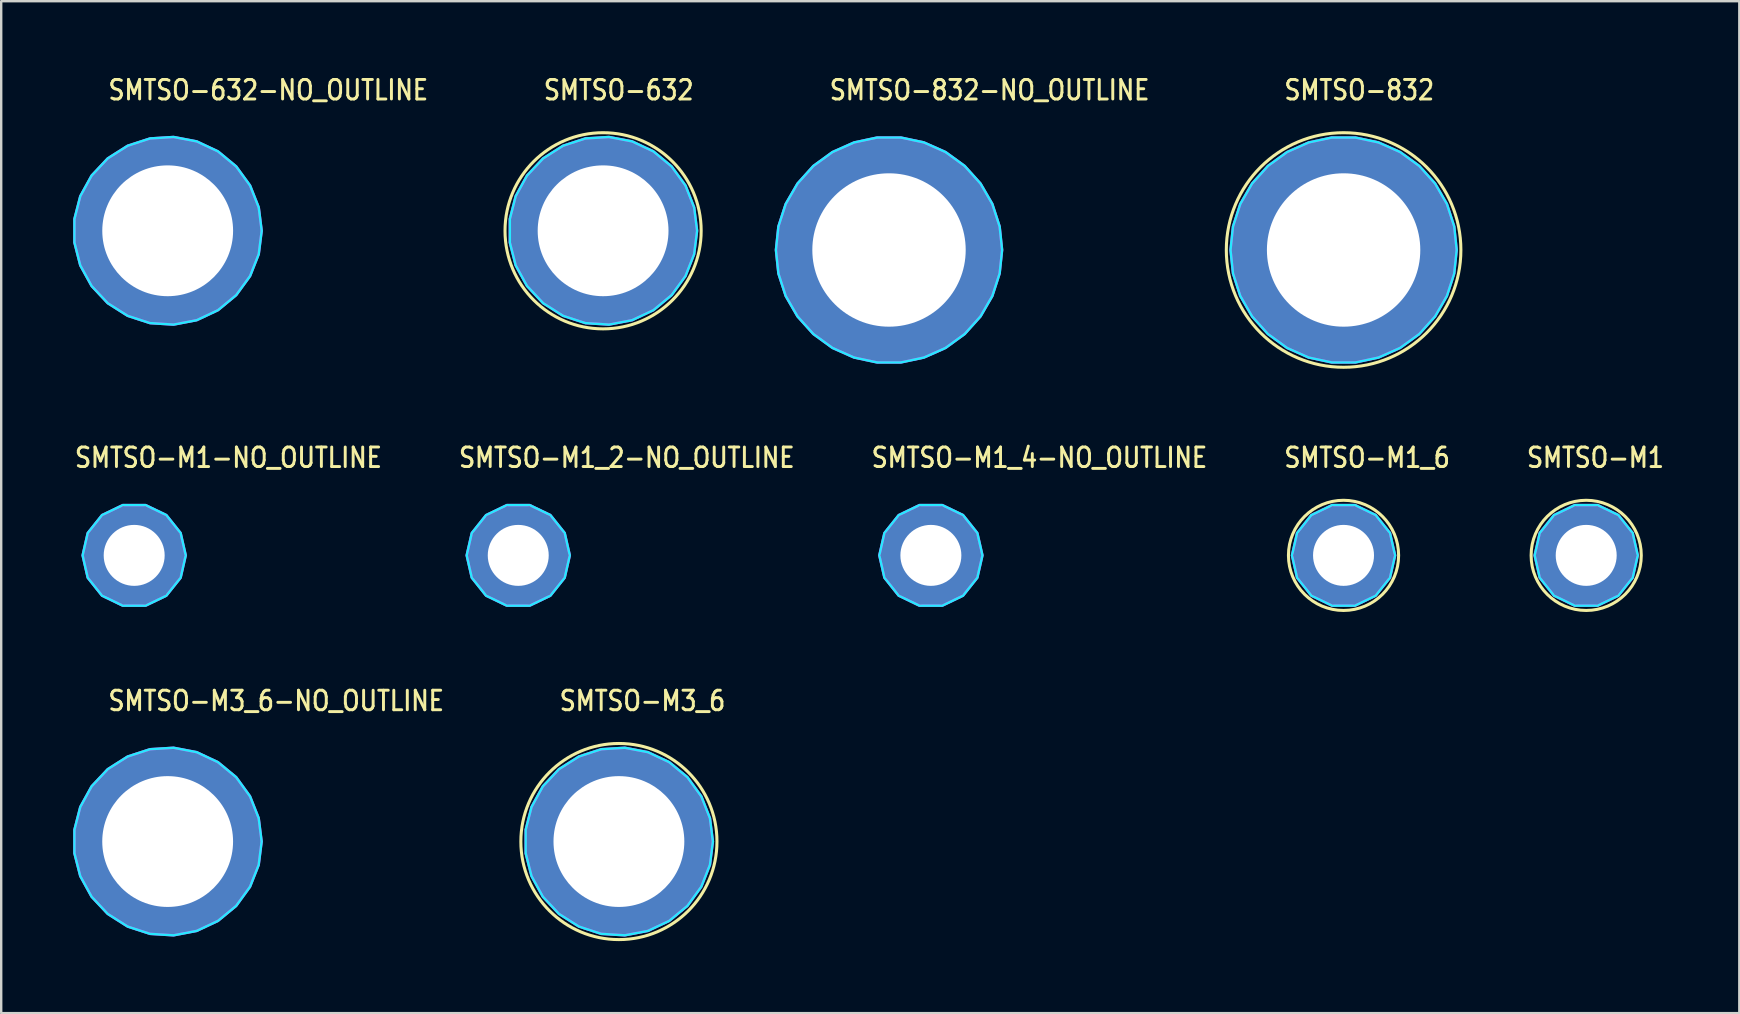
<source format=kicad_pcb>
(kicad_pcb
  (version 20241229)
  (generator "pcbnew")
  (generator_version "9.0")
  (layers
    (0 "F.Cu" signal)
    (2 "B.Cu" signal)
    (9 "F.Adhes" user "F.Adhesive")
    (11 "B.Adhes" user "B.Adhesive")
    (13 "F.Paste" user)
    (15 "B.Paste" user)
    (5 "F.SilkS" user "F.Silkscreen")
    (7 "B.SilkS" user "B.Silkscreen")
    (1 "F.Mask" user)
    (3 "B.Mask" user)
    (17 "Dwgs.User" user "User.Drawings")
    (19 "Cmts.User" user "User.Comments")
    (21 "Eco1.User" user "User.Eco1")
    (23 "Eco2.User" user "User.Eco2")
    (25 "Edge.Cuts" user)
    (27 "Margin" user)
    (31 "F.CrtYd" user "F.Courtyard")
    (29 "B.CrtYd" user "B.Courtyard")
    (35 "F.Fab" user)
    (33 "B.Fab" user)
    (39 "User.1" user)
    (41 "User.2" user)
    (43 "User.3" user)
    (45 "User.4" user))
  (footprint "SMTSO-M1"
    (layer "F.Cu")
    (at 63.034 20.088)
    (property "Reference" "SMTSO-M1" (at -2.54 -3.595 0) (unlocked yes) (layer "F.SilkS") (effects (font (size 0.813 0.695) (thickness 0.122)) (justify left bottom)))
    (fp_circle (center 0 0) (end 2.295 0) (stroke (width 0.127) (type solid)) (fill no) (layer "F.SilkS"))
    (fp_poly (pts (xy -1.946 -0.538) (xy 1.946 -0.538) (xy 1.234 -0.538) (xy -1.234 -0.538)) (stroke (width 0.076) (type solid)) (fill yes) (layer "F.Paste"))
    (fp_poly (pts (xy 1.946 0.538) (xy -1.946 0.538) (xy -1.234 0.538) (xy 1.234 0.538)) (stroke (width 0.076) (type solid)) (fill yes) (layer "F.Paste"))
    (fp_poly (pts (xy 2.149 0) (xy 1.936 -0.932) (xy 1.34 -1.68) (xy 0.478 -2.095) (xy -0.478 -2.095) (xy -1.34 -1.68) (xy -1.936 -0.932) (xy -2.149 0) (xy -1.936 0.932) (xy -1.34 1.68) (xy -0.478 2.095) (xy 0.478 2.095) (xy 1.34 1.68) (xy 1.936 0.932)) (stroke (width 0.1) (type solid)) (fill no) (layer "B.CrtYd"))
    (fp_poly (pts (xy 2.149 0) (xy 1.936 -0.932) (xy 1.34 -1.68) (xy 0.478 -2.095) (xy -0.478 -2.095) (xy -1.34 -1.68) (xy -1.936 -0.932) (xy -2.149 0) (xy -1.936 0.932) (xy -1.34 1.68) (xy -0.478 2.095) (xy 0.478 2.095) (xy 1.34 1.68) (xy 1.936 0.932)) (stroke (width 0.1) (type solid)) (fill no) (layer "F.CrtYd"))
    (pad "P$1" thru_hole oval (at 0 0) (size 4.19 4.19) (drill 2.54) (layers "*.Cu" "*.Mask")))
  (footprint "SMTSO-M1-NO_OUTLINE"
    (layer "F.Cu")
    (at 2.54 20.088)
    (property "Reference" "SMTSO-M1-NO_OUTLINE" (at -2.54 -3.595 0) (unlocked yes) (layer "F.SilkS") (effects (font (size 0.813 0.695) (thickness 0.122)) (justify left bottom)))
    (fp_poly (pts (xy -1.946 -0.538) (xy 1.946 -0.538) (xy 1.234 -0.538) (xy -1.234 -0.538)) (stroke (width 0.076) (type solid)) (fill yes) (layer "F.Paste"))
    (fp_poly (pts (xy 1.946 0.538) (xy -1.946 0.538) (xy -1.234 0.538) (xy 1.234 0.538)) (stroke (width 0.076) (type solid)) (fill yes) (layer "F.Paste"))
    (fp_poly (pts (xy 2.149 0) (xy 1.936 -0.932) (xy 1.34 -1.68) (xy 0.478 -2.095) (xy -0.478 -2.095) (xy -1.34 -1.68) (xy -1.936 -0.932) (xy -2.149 0) (xy -1.936 0.932) (xy -1.34 1.68) (xy -0.478 2.095) (xy 0.478 2.095) (xy 1.34 1.68) (xy 1.936 0.932)) (stroke (width 0.1) (type solid)) (fill no) (layer "B.CrtYd"))
    (fp_poly (pts (xy 2.149 0) (xy 1.936 -0.932) (xy 1.34 -1.68) (xy 0.478 -2.095) (xy -0.478 -2.095) (xy -1.34 -1.68) (xy -1.936 -0.932) (xy -2.149 0) (xy -1.936 0.932) (xy -1.34 1.68) (xy -0.478 2.095) (xy 0.478 2.095) (xy 1.34 1.68) (xy 1.936 0.932)) (stroke (width 0.1) (type solid)) (fill no) (layer "F.CrtYd"))
    (pad "P$1" thru_hole oval (at 0 0) (size 4.19 4.19) (drill 2.54) (layers "*.Cu" "*.Mask")))
  (footprint "SMTSO-M1_6"
    (layer "F.Cu")
    (at 52.924 20.088)
    (property "Reference" "SMTSO-M1_6" (at -2.54 -3.595 0) (unlocked yes) (layer "F.SilkS") (effects (font (size 0.813 0.695) (thickness 0.122)) (justify left bottom)))
    (fp_circle (center 0 0) (end 2.295 0) (stroke (width 0.127) (type solid)) (fill no) (layer "F.SilkS"))
    (fp_poly (pts (xy -1.946 -0.538) (xy 1.946 -0.538) (xy 1.234 -0.538) (xy -1.234 -0.538)) (stroke (width 0.076) (type solid)) (fill yes) (layer "F.Paste"))
    (fp_poly (pts (xy 1.946 0.538) (xy -1.946 0.538) (xy -1.234 0.538) (xy 1.234 0.538)) (stroke (width 0.076) (type solid)) (fill yes) (layer "F.Paste"))
    (fp_poly (pts (xy 2.149 0) (xy 1.936 -0.932) (xy 1.34 -1.68) (xy 0.478 -2.095) (xy -0.478 -2.095) (xy -1.34 -1.68) (xy -1.936 -0.932) (xy -2.149 0) (xy -1.936 0.932) (xy -1.34 1.68) (xy -0.478 2.095) (xy 0.478 2.095) (xy 1.34 1.68) (xy 1.936 0.932)) (stroke (width 0.1) (type solid)) (fill no) (layer "B.CrtYd"))
    (fp_poly (pts (xy 2.149 0) (xy 1.936 -0.932) (xy 1.34 -1.68) (xy 0.478 -2.095) (xy -0.478 -2.095) (xy -1.34 -1.68) (xy -1.936 -0.932) (xy -2.149 0) (xy -1.936 0.932) (xy -1.34 1.68) (xy -0.478 2.095) (xy 0.478 2.095) (xy 1.34 1.68) (xy 1.936 0.932)) (stroke (width 0.1) (type solid)) (fill no) (layer "F.CrtYd"))
    (pad "P$1" thru_hole oval (at 0 0) (size 4.19 4.19) (drill 2.54) (layers "*.Cu" "*.Mask")))
  (footprint "SMTSO-632-NO_OUTLINE"
    (layer "F.Cu")
    (at 3.936 6.565)
    (property "Reference" "SMTSO-632-NO_OUTLINE" (at -2.54 -5.386 0) (unlocked yes) (layer "F.SilkS") (effects (font (size 0.813 0.695) (thickness 0.122)) (justify left bottom)))
    (fp_poly (pts (xy -3.772 -0.538) (xy 3.772 -0.538) (xy 2.749 -0.538) (xy -2.749 -0.538)) (stroke (width 0.076) (type solid)) (fill yes) (layer "F.Paste"))
    (fp_poly (pts (xy 3.772 0.538) (xy -3.772 0.538) (xy -2.749 0.538) (xy 2.749 0.538)) (stroke (width 0.076) (type solid)) (fill yes) (layer "F.Paste"))
    (fp_poly (pts (xy 3.917 0) (xy 3.794 -0.974) (xy 3.433 -1.887) (xy 2.855 -2.681) (xy 2.099 -3.307) (xy 1.21 -3.725) (xy 0.246 -3.909) (xy -0.734 -3.848) (xy -1.668 -3.544) (xy -2.497 -3.018) (xy -3.169 -2.302) (xy -3.642 -1.442) (xy -3.886 -0.491) (xy -3.886 0.491) (xy -3.642 1.442) (xy -3.169 2.302) (xy -2.497 3.018) (xy -1.668 3.544) (xy -0.734 3.848) (xy 0.246 3.909) (xy 1.21 3.725) (xy 2.099 3.307) (xy 2.855 2.681) (xy 3.433 1.887) (xy 3.794 0.974)) (stroke (width 0.1) (type solid)) (fill no) (layer "B.CrtYd"))
    (fp_poly (pts (xy 3.917 0) (xy 3.794 -0.974) (xy 3.433 -1.887) (xy 2.855 -2.681) (xy 2.099 -3.307) (xy 1.21 -3.725) (xy 0.246 -3.909) (xy -0.734 -3.848) (xy -1.668 -3.544) (xy -2.497 -3.018) (xy -3.169 -2.302) (xy -3.642 -1.442) (xy -3.886 -0.491) (xy -3.886 0.491) (xy -3.642 1.442) (xy -3.169 2.302) (xy -2.497 3.018) (xy -1.668 3.544) (xy -0.734 3.848) (xy 0.246 3.909) (xy 1.21 3.725) (xy 2.099 3.307) (xy 2.855 2.681) (xy 3.433 1.887) (xy 3.794 0.974)) (stroke (width 0.1) (type solid)) (fill no) (layer "F.CrtYd"))
    (pad "P$1" thru_hole oval (at 0 0) (size 7.772 7.772) (drill 5.45) (layers "*.Cu" "*.Mask")))
  (footprint "SMTSO-M1_2-NO_OUTLINE"
    (layer "F.Cu")
    (at 18.541 20.088)
    (property "Reference" "SMTSO-M1_2-NO_OUTLINE" (at -2.54 -3.595 0) (unlocked yes) (layer "F.SilkS") (effects (font (size 0.813 0.695) (thickness 0.122)) (justify left bottom)))
    (fp_poly (pts (xy -1.946 -0.538) (xy 1.946 -0.538) (xy 1.234 -0.538) (xy -1.234 -0.538)) (stroke (width 0.076) (type solid)) (fill yes) (layer "F.Paste"))
    (fp_poly (pts (xy 1.946 0.538) (xy -1.946 0.538) (xy -1.234 0.538) (xy 1.234 0.538)) (stroke (width 0.076) (type solid)) (fill yes) (layer "F.Paste"))
    (fp_poly (pts (xy 2.149 0) (xy 1.936 -0.932) (xy 1.34 -1.68) (xy 0.478 -2.095) (xy -0.478 -2.095) (xy -1.34 -1.68) (xy -1.936 -0.932) (xy -2.149 0) (xy -1.936 0.932) (xy -1.34 1.68) (xy -0.478 2.095) (xy 0.478 2.095) (xy 1.34 1.68) (xy 1.936 0.932)) (stroke (width 0.1) (type solid)) (fill no) (layer "B.CrtYd"))
    (fp_poly (pts (xy 2.149 0) (xy 1.936 -0.932) (xy 1.34 -1.68) (xy 0.478 -2.095) (xy -0.478 -2.095) (xy -1.34 -1.68) (xy -1.936 -0.932) (xy -2.149 0) (xy -1.936 0.932) (xy -1.34 1.68) (xy -0.478 2.095) (xy 0.478 2.095) (xy 1.34 1.68) (xy 1.936 0.932)) (stroke (width 0.1) (type solid)) (fill no) (layer "F.CrtYd"))
    (pad "P$1" thru_hole oval (at 0 0) (size 4.19 4.19) (drill 2.54) (layers "*.Cu" "*.Mask")))
  (footprint "SMTSO-632"
    (layer "F.Cu")
    (at 22.076 6.565)
    (property "Reference" "SMTSO-632" (at -2.54 -5.386 0) (unlocked yes) (layer "F.SilkS") (effects (font (size 0.813 0.695) (thickness 0.122)) (justify left bottom)))
    (fp_circle (center 0 0) (end 4.086 0) (stroke (width 0.127) (type solid)) (fill no) (layer "F.SilkS"))
    (fp_poly (pts (xy -3.772 -0.538) (xy -0.538 -3.772) (xy -0.538 -2.749) (xy -2.749 -0.538)) (stroke (width 0.076) (type solid)) (fill yes) (layer "F.Paste"))
    (fp_poly (pts (xy -0.538 3.772) (xy -3.772 0.538) (xy -2.749 0.538) (xy -0.538 2.749)) (stroke (width 0.076) (type solid)) (fill yes) (layer "F.Paste"))
    (fp_poly (pts (xy 0.538 -3.772) (xy 3.772 -0.538) (xy 2.749 -0.538) (xy 0.538 -2.749)) (stroke (width 0.076) (type solid)) (fill yes) (layer "F.Paste"))
    (fp_poly (pts (xy 3.772 0.538) (xy 0.538 3.772) (xy 0.538 2.749) (xy 2.749 0.538)) (stroke (width 0.076) (type solid)) (fill yes) (layer "F.Paste"))
    (fp_poly (pts (xy 3.917 0) (xy 3.794 -0.974) (xy 3.433 -1.887) (xy 2.855 -2.681) (xy 2.099 -3.307) (xy 1.21 -3.725) (xy 0.246 -3.909) (xy -0.734 -3.848) (xy -1.668 -3.544) (xy -2.497 -3.018) (xy -3.169 -2.302) (xy -3.642 -1.442) (xy -3.886 -0.491) (xy -3.886 0.491) (xy -3.642 1.442) (xy -3.169 2.302) (xy -2.497 3.018) (xy -1.668 3.544) (xy -0.734 3.848) (xy 0.246 3.909) (xy 1.21 3.725) (xy 2.099 3.307) (xy 2.855 2.681) (xy 3.433 1.887) (xy 3.794 0.974)) (stroke (width 0.1) (type solid)) (fill no) (layer "B.CrtYd"))
    (fp_poly (pts (xy 3.917 0) (xy 3.794 -0.974) (xy 3.433 -1.887) (xy 2.855 -2.681) (xy 2.099 -3.307) (xy 1.21 -3.725) (xy 0.246 -3.909) (xy -0.734 -3.848) (xy -1.668 -3.544) (xy -2.497 -3.018) (xy -3.169 -2.302) (xy -3.642 -1.442) (xy -3.886 -0.491) (xy -3.886 0.491) (xy -3.642 1.442) (xy -3.169 2.302) (xy -2.497 3.018) (xy -1.668 3.544) (xy -0.734 3.848) (xy 0.246 3.909) (xy 1.21 3.725) (xy 2.099 3.307) (xy 2.855 2.681) (xy 3.433 1.887) (xy 3.794 0.974)) (stroke (width 0.1) (type solid)) (fill no) (layer "F.CrtYd"))
    (pad "P$1" thru_hole oval (at 0 0) (size 7.772 7.772) (drill 5.45) (layers "*.Cu" "*.Mask")))
  (footprint "SMTSO-M1_4-NO_OUTLINE"
    (layer "F.Cu")
    (at 35.732 20.088)
    (property "Reference" "SMTSO-M1_4-NO_OUTLINE" (at -2.54 -3.595 0) (unlocked yes) (layer "F.SilkS") (effects (font (size 0.813 0.695) (thickness 0.122)) (justify left bottom)))
    (fp_poly (pts (xy -1.946 -0.538) (xy 1.946 -0.538) (xy 1.234 -0.538) (xy -1.234 -0.538)) (stroke (width 0.076) (type solid)) (fill yes) (layer "F.Paste"))
    (fp_poly (pts (xy 1.946 0.538) (xy -1.946 0.538) (xy -1.234 0.538) (xy 1.234 0.538)) (stroke (width 0.076) (type solid)) (fill yes) (layer "F.Paste"))
    (fp_poly (pts (xy 2.149 0) (xy 1.936 -0.932) (xy 1.34 -1.68) (xy 0.478 -2.095) (xy -0.478 -2.095) (xy -1.34 -1.68) (xy -1.936 -0.932) (xy -2.149 0) (xy -1.936 0.932) (xy -1.34 1.68) (xy -0.478 2.095) (xy 0.478 2.095) (xy 1.34 1.68) (xy 1.936 0.932)) (stroke (width 0.1) (type solid)) (fill no) (layer "B.CrtYd"))
    (fp_poly (pts (xy 2.149 0) (xy 1.936 -0.932) (xy 1.34 -1.68) (xy 0.478 -2.095) (xy -0.478 -2.095) (xy -1.34 -1.68) (xy -1.936 -0.932) (xy -2.149 0) (xy -1.936 0.932) (xy -1.34 1.68) (xy -0.478 2.095) (xy 0.478 2.095) (xy 1.34 1.68) (xy 1.936 0.932)) (stroke (width 0.1) (type solid)) (fill no) (layer "F.CrtYd"))
    (pad "P$1" thru_hole oval (at 0 0) (size 4.19 4.19) (drill 2.54) (layers "*.Cu" "*.Mask")))
  (footprint "SMTSO-M3_6"
    (layer "F.Cu")
    (at 22.735 32.01)
    (property "Reference" "SMTSO-M3_6" (at -2.54 -5.385 0) (unlocked yes) (layer "F.SilkS") (effects (font (size 0.813 0.695) (thickness 0.122)) (justify left bottom)))
    (fp_circle (center 0 0) (end 4.085 0) (stroke (width 0.127) (type solid)) (fill no) (layer "F.SilkS"))
    (fp_poly (pts (xy -3.771 -0.538) (xy -0.538 -3.771) (xy -0.538 -2.749) (xy -2.749 -0.538)) (stroke (width 0.076) (type solid)) (fill yes) (layer "F.Paste"))
    (fp_poly (pts (xy -0.538 3.771) (xy -3.771 0.538) (xy -2.749 0.538) (xy -0.538 2.749)) (stroke (width 0.076) (type solid)) (fill yes) (layer "F.Paste"))
    (fp_poly (pts (xy 0.538 -3.771) (xy 3.771 -0.538) (xy 2.749 -0.538) (xy 0.538 -2.749)) (stroke (width 0.076) (type solid)) (fill yes) (layer "F.Paste"))
    (fp_poly (pts (xy 3.771 0.538) (xy 0.538 3.771) (xy 0.538 2.749) (xy 2.749 0.538)) (stroke (width 0.076) (type solid)) (fill yes) (layer "F.Paste"))
    (fp_poly (pts (xy 3.916 0) (xy 3.793 -0.974) (xy 3.432 -1.886) (xy 2.855 -2.681) (xy 2.098 -3.306) (xy 1.21 -3.724) (xy 0.246 -3.908) (xy -0.734 -3.847) (xy -1.667 -3.543) (xy -2.496 -3.017) (xy -3.168 -2.302) (xy -3.641 -1.442) (xy -3.885 -0.491) (xy -3.885 0.491) (xy -3.641 1.442) (xy -3.168 2.302) (xy -2.496 3.017) (xy -1.667 3.543) (xy -0.734 3.847) (xy 0.246 3.908) (xy 1.21 3.724) (xy 2.098 3.306) (xy 2.855 2.681) (xy 3.432 1.886) (xy 3.793 0.974)) (stroke (width 0.1) (type solid)) (fill no) (layer "B.CrtYd"))
    (fp_poly (pts (xy 3.916 0) (xy 3.793 -0.974) (xy 3.432 -1.886) (xy 2.855 -2.681) (xy 2.098 -3.306) (xy 1.21 -3.724) (xy 0.246 -3.908) (xy -0.734 -3.847) (xy -1.667 -3.543) (xy -2.496 -3.017) (xy -3.168 -2.302) (xy -3.641 -1.442) (xy -3.885 -0.491) (xy -3.885 0.491) (xy -3.641 1.442) (xy -3.168 2.302) (xy -2.496 3.017) (xy -1.667 3.543) (xy -0.734 3.847) (xy 0.246 3.908) (xy 1.21 3.724) (xy 2.098 3.306) (xy 2.855 2.681) (xy 3.432 1.886) (xy 3.793 0.974)) (stroke (width 0.1) (type solid)) (fill no) (layer "F.CrtYd"))
    (pad "P$1" thru_hole oval (at 0 0) (size 7.77 7.77) (drill 5.45) (layers "*.Cu" "*.Mask")))
  (footprint "SMTSO-832-NO_OUTLINE"
    (layer "F.Cu")
    (at 33.988 7.365)
    (property "Reference" "SMTSO-832-NO_OUTLINE" (at -2.54 -6.186 0) (unlocked yes) (layer "F.SilkS") (effects (font (size 0.813 0.695) (thickness 0.122)) (justify left bottom)))
    (fp_poly (pts (xy -4.579 -0.538) (xy 4.579 -0.538) (xy 3.227 -0.538) (xy -3.227 -0.538)) (stroke (width 0.076) (type solid)) (fill yes) (layer "F.Paste"))
    (fp_poly (pts (xy 4.579 0.538) (xy -4.579 0.538) (xy -3.227 0.538) (xy 3.227 0.538)) (stroke (width 0.076) (type solid)) (fill yes) (layer "F.Paste"))
    (fp_poly (pts (xy 4.712 0) (xy 4.609 -0.98) (xy 4.305 -1.917) (xy 3.812 -2.77) (xy 3.153 -3.502) (xy 2.356 -4.081) (xy 1.456 -4.481) (xy 0.493 -4.686) (xy -0.493 -4.686) (xy -1.456 -4.481) (xy -2.356 -4.081) (xy -3.153 -3.502) (xy -3.812 -2.77) (xy -4.305 -1.917) (xy -4.609 -0.98) (xy -4.712 0) (xy -4.609 0.98) (xy -4.305 1.917) (xy -3.812 2.77) (xy -3.153 3.502) (xy -2.356 4.081) (xy -1.456 4.481) (xy -0.493 4.686) (xy 0.493 4.686) (xy 1.456 4.481) (xy 2.356 4.081) (xy 3.153 3.502) (xy 3.812 2.77) (xy 4.305 1.917) (xy 4.609 0.98)) (stroke (width 0.1) (type solid)) (fill no) (layer "B.CrtYd"))
    (fp_poly (pts (xy 4.712 0) (xy 4.609 -0.98) (xy 4.305 -1.917) (xy 3.812 -2.77) (xy 3.153 -3.502) (xy 2.356 -4.081) (xy 1.456 -4.481) (xy 0.493 -4.686) (xy -0.493 -4.686) (xy -1.456 -4.481) (xy -2.356 -4.081) (xy -3.153 -3.502) (xy -3.812 -2.77) (xy -4.305 -1.917) (xy -4.609 -0.98) (xy -4.712 0) (xy -4.609 0.98) (xy -4.305 1.917) (xy -3.812 2.77) (xy -3.153 3.502) (xy -2.356 4.081) (xy -1.456 4.481) (xy -0.493 4.686) (xy 0.493 4.686) (xy 1.456 4.481) (xy 2.356 4.081) (xy 3.153 3.502) (xy 3.812 2.77) (xy 4.305 1.917) (xy 4.609 0.98)) (stroke (width 0.1) (type solid)) (fill no) (layer "F.CrtYd"))
    (pad "P$1" thru_hole oval (at 0 0) (size 9.373 9.373) (drill 6.39) (layers "*.Cu" "*.Mask")))
  (footprint "SMTSO-832"
    (layer "F.Cu")
    (at 52.927 7.365)
    (property "Reference" "SMTSO-832" (at -2.54 -6.186 0) (unlocked yes) (layer "F.SilkS") (effects (font (size 0.813 0.695) (thickness 0.122)) (justify left bottom)))
    (fp_circle (center 0 0) (end 4.886 0) (stroke (width 0.127) (type solid)) (fill no) (layer "F.SilkS"))
    (fp_poly (pts (xy -4.579 -0.538) (xy -0.538 -4.579) (xy -0.538 -3.227) (xy -3.227 -0.538)) (stroke (width 0.076) (type solid)) (fill yes) (layer "F.Paste"))
    (fp_poly (pts (xy -0.538 4.579) (xy -4.579 0.538) (xy -3.227 0.538) (xy -0.538 3.227)) (stroke (width 0.076) (type solid)) (fill yes) (layer "F.Paste"))
    (fp_poly (pts (xy 0.538 -4.579) (xy 4.579 -0.538) (xy 3.227 -0.538) (xy 0.538 -3.227)) (stroke (width 0.076) (type solid)) (fill yes) (layer "F.Paste"))
    (fp_poly (pts (xy 4.579 0.538) (xy 0.538 4.579) (xy 0.538 3.227) (xy 3.227 0.538)) (stroke (width 0.076) (type solid)) (fill yes) (layer "F.Paste"))
    (fp_poly (pts (xy 4.712 0) (xy 4.609 -0.98) (xy 4.305 -1.917) (xy 3.812 -2.77) (xy 3.153 -3.502) (xy 2.356 -4.081) (xy 1.456 -4.481) (xy 0.493 -4.686) (xy -0.493 -4.686) (xy -1.456 -4.481) (xy -2.356 -4.081) (xy -3.153 -3.502) (xy -3.812 -2.77) (xy -4.305 -1.917) (xy -4.609 -0.98) (xy -4.712 0) (xy -4.609 0.98) (xy -4.305 1.917) (xy -3.812 2.77) (xy -3.153 3.502) (xy -2.356 4.081) (xy -1.456 4.481) (xy -0.493 4.686) (xy 0.493 4.686) (xy 1.456 4.481) (xy 2.356 4.081) (xy 3.153 3.502) (xy 3.812 2.77) (xy 4.305 1.917) (xy 4.609 0.98)) (stroke (width 0.1) (type solid)) (fill no) (layer "B.CrtYd"))
    (fp_poly (pts (xy 4.712 0) (xy 4.609 -0.98) (xy 4.305 -1.917) (xy 3.812 -2.77) (xy 3.153 -3.502) (xy 2.356 -4.081) (xy 1.456 -4.481) (xy 0.493 -4.686) (xy -0.493 -4.686) (xy -1.456 -4.481) (xy -2.356 -4.081) (xy -3.153 -3.502) (xy -3.812 -2.77) (xy -4.305 -1.917) (xy -4.609 -0.98) (xy -4.712 0) (xy -4.609 0.98) (xy -4.305 1.917) (xy -3.812 2.77) (xy -3.153 3.502) (xy -2.356 4.081) (xy -1.456 4.481) (xy -0.493 4.686) (xy 0.493 4.686) (xy 1.456 4.481) (xy 2.356 4.081) (xy 3.153 3.502) (xy 3.812 2.77) (xy 4.305 1.917) (xy 4.609 0.98)) (stroke (width 0.1) (type solid)) (fill no) (layer "F.CrtYd"))
    (pad "P$1" thru_hole oval (at 0 0) (size 9.373 9.373) (drill 6.39) (layers "*.Cu" "*.Mask")))
  (footprint "SMTSO-M3_6-NO_OUTLINE"
    (layer "F.Cu")
    (at 3.935 32.01)
    (property "Reference" "SMTSO-M3_6-NO_OUTLINE" (at -2.54 -5.385 0) (unlocked yes) (layer "F.SilkS") (effects (font (size 0.813 0.695) (thickness 0.122)) (justify left bottom)))
    (fp_poly (pts (xy -3.771 -0.538) (xy 3.771 -0.538) (xy 2.749 -0.538) (xy -2.749 -0.538)) (stroke (width 0.076) (type solid)) (fill yes) (layer "F.Paste"))
    (fp_poly (pts (xy 3.771 0.538) (xy -3.771 0.538) (xy -2.749 0.538) (xy 2.749 0.538)) (stroke (width 0.076) (type solid)) (fill yes) (layer "F.Paste"))
    (fp_poly (pts (xy 3.916 0) (xy 3.793 -0.974) (xy 3.432 -1.886) (xy 2.855 -2.681) (xy 2.098 -3.306) (xy 1.21 -3.724) (xy 0.246 -3.908) (xy -0.734 -3.847) (xy -1.667 -3.543) (xy -2.496 -3.017) (xy -3.168 -2.302) (xy -3.641 -1.442) (xy -3.885 -0.491) (xy -3.885 0.491) (xy -3.641 1.442) (xy -3.168 2.302) (xy -2.496 3.017) (xy -1.667 3.543) (xy -0.734 3.847) (xy 0.246 3.908) (xy 1.21 3.724) (xy 2.098 3.306) (xy 2.855 2.681) (xy 3.432 1.886) (xy 3.793 0.974)) (stroke (width 0.1) (type solid)) (fill no) (layer "B.CrtYd"))
    (fp_poly (pts (xy 3.916 0) (xy 3.793 -0.974) (xy 3.432 -1.886) (xy 2.855 -2.681) (xy 2.098 -3.306) (xy 1.21 -3.724) (xy 0.246 -3.908) (xy -0.734 -3.847) (xy -1.667 -3.543) (xy -2.496 -3.017) (xy -3.168 -2.302) (xy -3.641 -1.442) (xy -3.885 -0.491) (xy -3.885 0.491) (xy -3.641 1.442) (xy -3.168 2.302) (xy -2.496 3.017) (xy -1.667 3.543) (xy -0.734 3.847) (xy 0.246 3.908) (xy 1.21 3.724) (xy 2.098 3.306) (xy 2.855 2.681) (xy 3.432 1.886) (xy 3.793 0.974)) (stroke (width 0.1) (type solid)) (fill no) (layer "F.CrtYd"))
    (pad "P$1" thru_hole oval (at 0 0) (size 7.77 7.77) (drill 5.45) (layers "*.Cu" "*.Mask")))
  (gr_rect
    (start -3 -3)
    (end 69.413 39.159)
    (stroke (width 0.1) (type default))
    (fill no)
    (layer "Edge.Cuts")))
</source>
